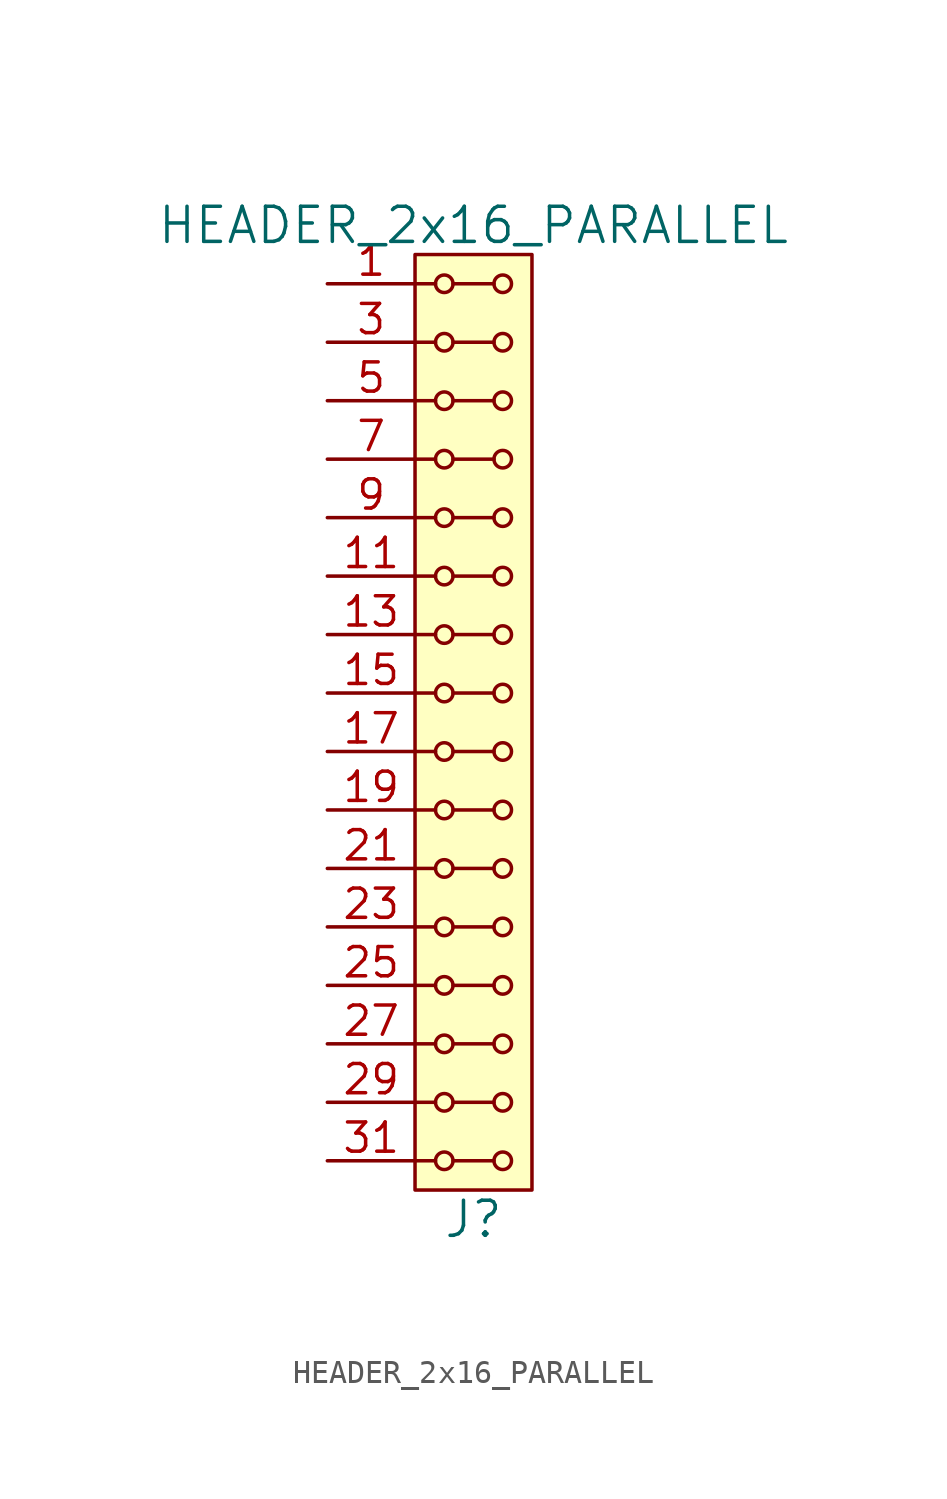
<source format=kicad_sym>
(kicad_symbol_lib
  (version 20211014)
  (generator kicad_symbol_editor)
  (symbol "HEADER_2x16_PARALLEL"
    (pin_names
      (offset 1.016))
    (property "Reference" "J"
      (at 0 -21.59 0)
      (effects (font (size 1.524 1.524))))
    (property "Value" "HEADER_2x16_PARALLEL"
      (at 0 21.59 0)
      (effects (font (size 1.524 1.524))))
    (property "Footprint" ""
      (at 0 19.05 0)
      (effects (font (size 1.524 1.524))))
    (property "Datasheet" ""
      (at 0 19.05 0)
      (effects (font (size 1.524 1.524))))
    (symbol "HEADER_2x16_PARALLEL_0_1"
      (rectangle (start -2.54 20.32) (end 2.54 -20.32) (stroke (width 0) (type default) (color 0 0 0 0)) (fill (type background)))
      (circle (center -1.27 -19.05) (radius 0.381) (stroke (width 0) (type default) (color 0 0 0 0)) (fill (type none)))
      (circle (center -1.27 -16.51) (radius 0.381) (stroke (width 0) (type default) (color 0 0 0 0)) (fill (type none)))
      (circle (center -1.27 -13.97) (radius 0.381) (stroke (width 0) (type default) (color 0 0 0 0)) (fill (type none)))
      (circle (center -1.27 -11.43) (radius 0.381) (stroke (width 0) (type default) (color 0 0 0 0)) (fill (type none)))
      (circle (center -1.27 -8.89) (radius 0.381) (stroke (width 0) (type default) (color 0 0 0 0)) (fill (type none)))
      (circle (center -1.27 -6.35) (radius 0.381) (stroke (width 0) (type default) (color 0 0 0 0)) (fill (type none)))
      (circle (center -1.27 -3.81) (radius 0.381) (stroke (width 0) (type default) (color 0 0 0 0)) (fill (type none)))
      (circle (center -1.27 -1.27) (radius 0.381) (stroke (width 0) (type default) (color 0 0 0 0)) (fill (type none)))
      (circle (center -1.27 1.27) (radius 0.381) (stroke (width 0) (type default) (color 0 0 0 0)) (fill (type none)))
      (circle (center -1.27 3.81) (radius 0.381) (stroke (width 0) (type default) (color 0 0 0 0)) (fill (type none)))
      (circle (center -1.27 6.35) (radius 0.381) (stroke (width 0) (type default) (color 0 0 0 0)) (fill (type none)))
      (circle (center -1.27 8.89) (radius 0.381) (stroke (width 0) (type default) (color 0 0 0 0)) (fill (type none)))
      (circle (center -1.27 11.43) (radius 0.381) (stroke (width 0) (type default) (color 0 0 0 0)) (fill (type none)))
      (circle (center -1.27 13.97) (radius 0.381) (stroke (width 0) (type default) (color 0 0 0 0)) (fill (type none)))
      (circle (center -1.27 16.51) (radius 0.381) (stroke (width 0) (type default) (color 0 0 0 0)) (fill (type none)))
      (circle (center -1.27 19.05) (radius 0.381) (stroke (width 0) (type default) (color 0 0 0 0)) (fill (type none)))
      (polyline (pts (xy -1.651 -19.05) (xy -2.54 -19.05)) (stroke (width 0) (type default) (color 0 0 0 0)) (fill (type none)))
      (polyline (pts (xy -1.651 -16.51) (xy -2.54 -16.51)) (stroke (width 0) (type default) (color 0 0 0 0)) (fill (type none)))
      (polyline (pts (xy -1.651 -13.97) (xy -2.54 -13.97)) (stroke (width 0) (type default) (color 0 0 0 0)) (fill (type none)))
      (polyline (pts (xy -1.651 -11.43) (xy -2.54 -11.43)) (stroke (width 0) (type default) (color 0 0 0 0)) (fill (type none)))
      (polyline (pts (xy -1.651 -8.89) (xy -2.54 -8.89)) (stroke (width 0) (type default) (color 0 0 0 0)) (fill (type none)))
      (polyline (pts (xy -1.651 -6.35) (xy -2.54 -6.35)) (stroke (width 0) (type default) (color 0 0 0 0)) (fill (type none)))
      (polyline (pts (xy -1.651 -3.81) (xy -2.54 -3.81)) (stroke (width 0) (type default) (color 0 0 0 0)) (fill (type none)))
      (polyline (pts (xy -1.651 -1.27) (xy -2.54 -1.27)) (stroke (width 0) (type default) (color 0 0 0 0)) (fill (type none)))
      (polyline (pts (xy -1.651 1.27) (xy -2.54 1.27)) (stroke (width 0) (type default) (color 0 0 0 0)) (fill (type none)))
      (polyline (pts (xy -1.651 3.81) (xy -2.54 3.81)) (stroke (width 0) (type default) (color 0 0 0 0)) (fill (type none)))
      (polyline (pts (xy -1.651 6.35) (xy -2.54 6.35)) (stroke (width 0) (type default) (color 0 0 0 0)) (fill (type none)))
      (polyline (pts (xy -1.651 8.89) (xy -2.54 8.89)) (stroke (width 0) (type default) (color 0 0 0 0)) (fill (type none)))
      (polyline (pts (xy -1.651 11.43) (xy -2.54 11.43)) (stroke (width 0) (type default) (color 0 0 0 0)) (fill (type none)))
      (polyline (pts (xy -1.651 13.97) (xy -2.54 13.97)) (stroke (width 0) (type default) (color 0 0 0 0)) (fill (type none)))
      (polyline (pts (xy -1.651 16.51) (xy -2.54 16.51)) (stroke (width 0) (type default) (color 0 0 0 0)) (fill (type none)))
      (polyline (pts (xy -1.651 19.05) (xy -2.54 19.05)) (stroke (width 0) (type default) (color 0 0 0 0)) (fill (type none)))
      (polyline (pts (xy -0.889 -19.05) (xy 0.889 -19.05)) (stroke (width 0) (type default) (color 0 0 0 0)) (fill (type none)))
      (polyline (pts (xy -0.889 -16.51) (xy 0.889 -16.51)) (stroke (width 0) (type default) (color 0 0 0 0)) (fill (type none)))
      (polyline (pts (xy -0.889 -13.97) (xy 0.889 -13.97)) (stroke (width 0) (type default) (color 0 0 0 0)) (fill (type none)))
      (polyline (pts (xy -0.889 -11.43) (xy 0.889 -11.43)) (stroke (width 0) (type default) (color 0 0 0 0)) (fill (type none)))
      (polyline (pts (xy -0.889 -8.89) (xy 0.889 -8.89)) (stroke (width 0) (type default) (color 0 0 0 0)) (fill (type none)))
      (polyline (pts (xy -0.889 -6.35) (xy 0.889 -6.35)) (stroke (width 0) (type default) (color 0 0 0 0)) (fill (type none)))
      (polyline (pts (xy -0.889 -3.81) (xy 0.889 -3.81)) (stroke (width 0) (type default) (color 0 0 0 0)) (fill (type none)))
      (polyline (pts (xy -0.889 -1.27) (xy 0.889 -1.27)) (stroke (width 0) (type default) (color 0 0 0 0)) (fill (type none)))
      (polyline (pts (xy -0.889 1.27) (xy 0.889 1.27)) (stroke (width 0) (type default) (color 0 0 0 0)) (fill (type none)))
      (polyline (pts (xy -0.889 3.81) (xy 0.889 3.81)) (stroke (width 0) (type default) (color 0 0 0 0)) (fill (type none)))
      (polyline (pts (xy -0.889 6.35) (xy 0.889 6.35)) (stroke (width 0) (type default) (color 0 0 0 0)) (fill (type none)))
      (polyline (pts (xy -0.889 8.89) (xy 0.889 8.89)) (stroke (width 0) (type default) (color 0 0 0 0)) (fill (type none)))
      (polyline (pts (xy -0.889 11.43) (xy 0.889 11.43)) (stroke (width 0) (type default) (color 0 0 0 0)) (fill (type none)))
      (polyline (pts (xy -0.889 13.97) (xy 0.889 13.97)) (stroke (width 0) (type default) (color 0 0 0 0)) (fill (type none)))
      (polyline (pts (xy -0.889 16.51) (xy 0.889 16.51)) (stroke (width 0) (type default) (color 0 0 0 0)) (fill (type none)))
      (polyline (pts (xy -0.889 19.05) (xy 0.889 19.05)) (stroke (width 0) (type default) (color 0 0 0 0)) (fill (type none)))
      (circle (center 1.27 -19.05) (radius 0.381) (stroke (width 0) (type default) (color 0 0 0 0)) (fill (type none)))
      (circle (center 1.27 -16.51) (radius 0.381) (stroke (width 0) (type default) (color 0 0 0 0)) (fill (type none)))
      (circle (center 1.27 -13.97) (radius 0.381) (stroke (width 0) (type default) (color 0 0 0 0)) (fill (type none)))
      (circle (center 1.27 -11.43) (radius 0.381) (stroke (width 0) (type default) (color 0 0 0 0)) (fill (type none)))
      (circle (center 1.27 -8.89) (radius 0.381) (stroke (width 0) (type default) (color 0 0 0 0)) (fill (type none)))
      (circle (center 1.27 -6.35) (radius 0.381) (stroke (width 0) (type default) (color 0 0 0 0)) (fill (type none)))
      (circle (center 1.27 -3.81) (radius 0.381) (stroke (width 0) (type default) (color 0 0 0 0)) (fill (type none)))
      (circle (center 1.27 -1.27) (radius 0.381) (stroke (width 0) (type default) (color 0 0 0 0)) (fill (type none)))
      (circle (center 1.27 1.27) (radius 0.381) (stroke (width 0) (type default) (color 0 0 0 0)) (fill (type none)))
      (circle (center 1.27 3.81) (radius 0.381) (stroke (width 0) (type default) (color 0 0 0 0)) (fill (type none)))
      (circle (center 1.27 6.35) (radius 0.381) (stroke (width 0) (type default) (color 0 0 0 0)) (fill (type none)))
      (circle (center 1.27 8.89) (radius 0.381) (stroke (width 0) (type default) (color 0 0 0 0)) (fill (type none)))
      (circle (center 1.27 11.43) (radius 0.381) (stroke (width 0) (type default) (color 0 0 0 0)) (fill (type none)))
      (circle (center 1.27 13.97) (radius 0.381) (stroke (width 0) (type default) (color 0 0 0 0)) (fill (type none)))
      (circle (center 1.27 16.51) (radius 0.381) (stroke (width 0) (type default) (color 0 0 0 0)) (fill (type none)))
      (circle (center 1.27 19.05) (radius 0.381) (stroke (width 0) (type default) (color 0 0 0 0)) (fill (type none))))
    (symbol "HEADER_2x16_PARALLEL_1_1"
      (pin input line (at -6.35 19.05 0) (length 3.81) (name "~" (effects (font (size 1.27 1.27)))) (number "1" (effects (font (size 1.27 1.27)))))
      (pin input line (at -6.35 8.89 0) (length 3.81) hide (name "~" (effects (font (size 1.27 1.27)))) (number "10" (effects (font (size 1.27 1.27)))))
      (pin input line (at -6.35 6.35 0) (length 3.81) (name "~" (effects (font (size 1.27 1.27)))) (number "11" (effects (font (size 1.27 1.27)))))
      (pin input line (at -6.35 6.35 0) (length 3.81) hide (name "~" (effects (font (size 1.27 1.27)))) (number "12" (effects (font (size 1.27 1.27)))))
      (pin input line (at -6.35 3.81 0) (length 3.81) (name "~" (effects (font (size 1.27 1.27)))) (number "13" (effects (font (size 1.27 1.27)))))
      (pin input line (at -6.35 3.81 0) (length 3.81) hide (name "~" (effects (font (size 1.27 1.27)))) (number "14" (effects (font (size 1.27 1.27)))))
      (pin input line (at -6.35 1.27 0) (length 3.81) (name "~" (effects (font (size 1.27 1.27)))) (number "15" (effects (font (size 1.27 1.27)))))
      (pin input line (at -6.35 1.27 0) (length 3.81) hide (name "~" (effects (font (size 1.27 1.27)))) (number "16" (effects (font (size 1.27 1.27)))))
      (pin input line (at -6.35 -1.27 0) (length 3.81) (name "~" (effects (font (size 1.27 1.27)))) (number "17" (effects (font (size 1.27 1.27)))))
      (pin input line (at -6.35 -1.27 0) (length 3.81) hide (name "~" (effects (font (size 1.27 1.27)))) (number "18" (effects (font (size 1.27 1.27)))))
      (pin input line (at -6.35 -3.81 0) (length 3.81) (name "~" (effects (font (size 1.27 1.27)))) (number "19" (effects (font (size 1.27 1.27)))))
      (pin input line (at -6.35 19.05 0) (length 3.81) hide (name "~" (effects (font (size 1.27 1.27)))) (number "2" (effects (font (size 1.27 1.27)))))
      (pin input line (at -6.35 -3.81 0) (length 3.81) hide (name "~" (effects (font (size 1.27 1.27)))) (number "20" (effects (font (size 1.27 1.27)))))
      (pin input line (at -6.35 -6.35 0) (length 3.81) (name "~" (effects (font (size 1.27 1.27)))) (number "21" (effects (font (size 1.27 1.27)))))
      (pin input line (at -6.35 -6.35 0) (length 3.81) hide (name "~" (effects (font (size 1.27 1.27)))) (number "22" (effects (font (size 1.27 1.27)))))
      (pin input line (at -6.35 -8.89 0) (length 3.81) (name "~" (effects (font (size 1.27 1.27)))) (number "23" (effects (font (size 1.27 1.27)))))
      (pin input line (at -6.35 -8.89 0) (length 3.81) hide (name "~" (effects (font (size 1.27 1.27)))) (number "24" (effects (font (size 1.27 1.27)))))
      (pin input line (at -6.35 -11.43 0) (length 3.81) (name "~" (effects (font (size 1.27 1.27)))) (number "25" (effects (font (size 1.27 1.27)))))
      (pin input line (at -6.35 -11.43 0) (length 3.81) hide (name "~" (effects (font (size 1.27 1.27)))) (number "26" (effects (font (size 1.27 1.27)))))
      (pin input line (at -6.35 -13.97 0) (length 3.81) (name "~" (effects (font (size 1.27 1.27)))) (number "27" (effects (font (size 1.27 1.27)))))
      (pin input line (at -6.35 -13.97 0) (length 3.81) hide (name "~" (effects (font (size 1.27 1.27)))) (number "28" (effects (font (size 1.27 1.27)))))
      (pin input line (at -6.35 -16.51 0) (length 3.81) (name "~" (effects (font (size 1.27 1.27)))) (number "29" (effects (font (size 1.27 1.27)))))
      (pin input line (at -6.35 16.51 0) (length 3.81) (name "~" (effects (font (size 1.27 1.27)))) (number "3" (effects (font (size 1.27 1.27)))))
      (pin input line (at -6.35 -16.51 0) (length 3.81) hide (name "~" (effects (font (size 1.27 1.27)))) (number "30" (effects (font (size 1.27 1.27)))))
      (pin input line (at -6.35 -19.05 0) (length 3.81) (name "~" (effects (font (size 1.27 1.27)))) (number "31" (effects (font (size 1.27 1.27)))))
      (pin input line (at -6.35 -19.05 0) (length 3.81) hide (name "~" (effects (font (size 1.27 1.27)))) (number "32" (effects (font (size 1.27 1.27)))))
      (pin input line (at -6.35 16.51 0) (length 3.81) hide (name "~" (effects (font (size 1.27 1.27)))) (number "4" (effects (font (size 1.27 1.27)))))
      (pin input line (at -6.35 13.97 0) (length 3.81) (name "~" (effects (font (size 1.27 1.27)))) (number "5" (effects (font (size 1.27 1.27)))))
      (pin input line (at -6.35 13.97 0) (length 3.81) hide (name "~" (effects (font (size 1.27 1.27)))) (number "6" (effects (font (size 1.27 1.27)))))
      (pin input line (at -6.35 11.43 0) (length 3.81) (name "~" (effects (font (size 1.27 1.27)))) (number "7" (effects (font (size 1.27 1.27)))))
      (pin input line (at -6.35 11.43 0) (length 3.81) hide (name "~" (effects (font (size 1.27 1.27)))) (number "8" (effects (font (size 1.27 1.27)))))
      (pin input line (at -6.35 8.89 0) (length 3.81) (name "~" (effects (font (size 1.27 1.27)))) (number "9" (effects (font (size 1.27 1.27))))))))
</source>
